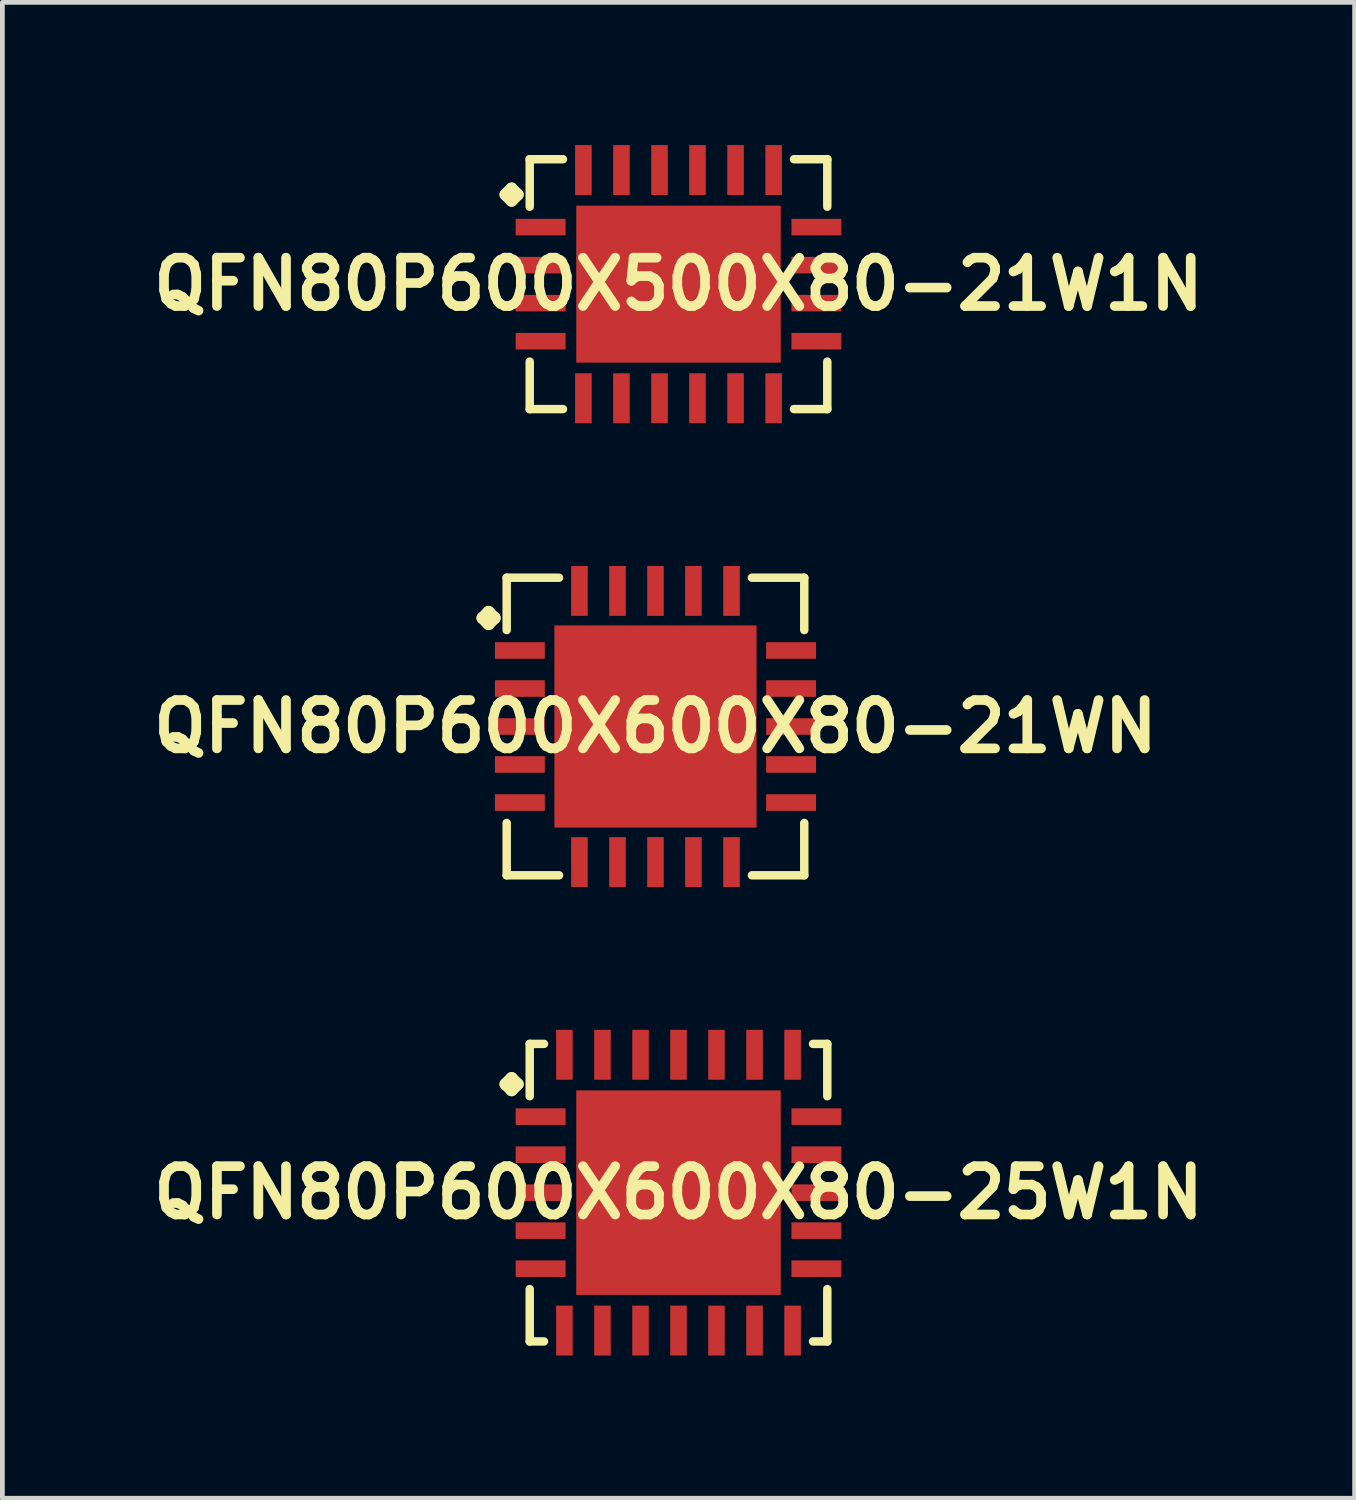
<source format=kicad_pcb>
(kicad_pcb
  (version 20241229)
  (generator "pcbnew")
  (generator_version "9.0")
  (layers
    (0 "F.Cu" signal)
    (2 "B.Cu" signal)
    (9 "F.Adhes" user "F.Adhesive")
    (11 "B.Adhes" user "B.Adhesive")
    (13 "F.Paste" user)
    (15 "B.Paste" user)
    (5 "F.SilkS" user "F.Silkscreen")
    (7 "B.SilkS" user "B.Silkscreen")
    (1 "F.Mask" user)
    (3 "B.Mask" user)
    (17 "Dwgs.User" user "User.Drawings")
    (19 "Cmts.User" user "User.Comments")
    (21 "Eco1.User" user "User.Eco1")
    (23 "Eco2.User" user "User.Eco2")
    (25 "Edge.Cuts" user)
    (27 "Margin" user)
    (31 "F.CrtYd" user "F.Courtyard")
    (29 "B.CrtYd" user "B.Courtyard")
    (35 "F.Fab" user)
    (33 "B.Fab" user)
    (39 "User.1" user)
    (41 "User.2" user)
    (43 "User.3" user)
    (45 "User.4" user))
  (footprint "QFN80P600X600X80-21WN"
    (layer "F.Cu")
    (at 10.726 12.219)
    (property "Reference" "QFN80P600X600X80-21WN" (at 0 0 0) (layer "F.SilkS") (effects (font (size 1.016 1.016) (thickness 0.203))))
    (attr smd)
    (fp_line (start -3.635 -2.281) (end -3.508 -2.408) (stroke (width 0.254) (type solid)) (layer "F.SilkS"))
    (fp_line (start -3.508 -2.408) (end -3.381 -2.281) (stroke (width 0.254) (type solid)) (layer "F.SilkS"))
    (fp_line (start -3.508 -2.154) (end -3.635 -2.281) (stroke (width 0.254) (type solid)) (layer "F.SilkS"))
    (fp_line (start -3.381 -2.281) (end -3.508 -2.154) (stroke (width 0.254) (type solid)) (layer "F.SilkS"))
    (fp_line (start -3.127 -3.127) (end -2.027 -3.127) (stroke (width 0.178) (type solid)) (layer "F.SilkS"))
    (fp_line (start -3.127 -2.027) (end -3.127 -3.127) (stroke (width 0.178) (type solid)) (layer "F.SilkS"))
    (fp_line (start -3.127 2.027) (end -3.127 3.127) (stroke (width 0.178) (type solid)) (layer "F.SilkS"))
    (fp_line (start -3.127 3.127) (end -2.027 3.127) (stroke (width 0.178) (type solid)) (layer "F.SilkS"))
    (fp_line (start 2.027 -3.127) (end 3.127 -3.127) (stroke (width 0.178) (type solid)) (layer "F.SilkS"))
    (fp_line (start 2.027 3.127) (end 3.127 3.127) (stroke (width 0.178) (type solid)) (layer "F.SilkS"))
    (fp_line (start 3.127 -3.127) (end 3.127 -2.027) (stroke (width 0.178) (type solid)) (layer "F.SilkS"))
    (fp_line (start 3.127 3.127) (end 3.127 2.027) (stroke (width 0.178) (type solid)) (layer "F.SilkS"))
    (pad "1" smd rect (at -2.85 -1.598) (size 1.049 0.348) (layers "F.Cu" "F.Mask" "F.Paste"))
    (pad "2" smd rect (at -2.85 -0.798) (size 1.049 0.348) (layers "F.Cu" "F.Mask" "F.Paste"))
    (pad "3" smd rect (at -2.85 0) (size 1.049 0.348) (layers "F.Cu" "F.Mask" "F.Paste"))
    (pad "4" smd rect (at -2.85 0.798) (size 1.049 0.348) (layers "F.Cu" "F.Mask" "F.Paste"))
    (pad "5" smd rect (at -2.85 1.598) (size 1.049 0.348) (layers "F.Cu" "F.Mask" "F.Paste"))
    (pad "6" smd rect (at -1.598 2.85) (size 0.348 1.049) (layers "F.Cu" "F.Mask" "F.Paste"))
    (pad "7" smd rect (at -0.798 2.85) (size 0.348 1.049) (layers "F.Cu" "F.Mask" "F.Paste"))
    (pad "8" smd rect (at 0 2.85) (size 0.348 1.049) (layers "F.Cu" "F.Mask" "F.Paste"))
    (pad "9" smd rect (at 0.798 2.85) (size 0.348 1.049) (layers "F.Cu" "F.Mask" "F.Paste"))
    (pad "10" smd rect (at 1.598 2.85) (size 0.348 1.049) (layers "F.Cu" "F.Mask" "F.Paste"))
    (pad "11" smd rect (at 2.85 1.598) (size 1.049 0.348) (layers "F.Cu" "F.Mask" "F.Paste"))
    (pad "12" smd rect (at 2.85 0.798) (size 1.049 0.348) (layers "F.Cu" "F.Mask" "F.Paste"))
    (pad "13" smd rect (at 2.85 0) (size 1.049 0.348) (layers "F.Cu" "F.Mask" "F.Paste"))
    (pad "14" smd rect (at 2.85 -0.798) (size 1.049 0.348) (layers "F.Cu" "F.Mask" "F.Paste"))
    (pad "15" smd rect (at 2.85 -1.598) (size 1.049 0.348) (layers "F.Cu" "F.Mask" "F.Paste"))
    (pad "16" smd rect (at 1.598 -2.85) (size 0.348 1.049) (layers "F.Cu" "F.Mask" "F.Paste"))
    (pad "17" smd rect (at 0.798 -2.85) (size 0.348 1.049) (layers "F.Cu" "F.Mask" "F.Paste"))
    (pad "18" smd rect (at 0 -2.85) (size 0.348 1.049) (layers "F.Cu" "F.Mask" "F.Paste"))
    (pad "19" smd rect (at -0.798 -2.85) (size 0.348 1.049) (layers "F.Cu" "F.Mask" "F.Paste"))
    (pad "20" smd rect (at -1.598 -2.85) (size 0.348 1.049) (layers "F.Cu" "F.Mask" "F.Paste"))
    (pad "21" smd rect (at 0 0) (size 4.249 4.249) (layers "F.Cu" "F.Mask" "F.Paste")))
  (footprint "QFN80P600X600X80-25W1N"
    (layer "F.Cu")
    (at 11.21 22.016)
    (property "Reference" "QFN80P600X600X80-25W1N" (at 0 0 0) (layer "F.SilkS") (effects (font (size 1.016 1.016) (thickness 0.203))))
    (attr smd)
    (fp_line (start -3.635 -2.281) (end -3.508 -2.408) (stroke (width 0.254) (type solid)) (layer "F.SilkS"))
    (fp_line (start -3.508 -2.408) (end -3.381 -2.281) (stroke (width 0.254) (type solid)) (layer "F.SilkS"))
    (fp_line (start -3.508 -2.154) (end -3.635 -2.281) (stroke (width 0.254) (type solid)) (layer "F.SilkS"))
    (fp_line (start -3.381 -2.281) (end -3.508 -2.154) (stroke (width 0.254) (type solid)) (layer "F.SilkS"))
    (fp_line (start -3.127 -3.127) (end -2.827 -3.127) (stroke (width 0.178) (type solid)) (layer "F.SilkS"))
    (fp_line (start -3.127 -2.027) (end -3.127 -3.127) (stroke (width 0.178) (type solid)) (layer "F.SilkS"))
    (fp_line (start -3.127 2.027) (end -3.127 3.127) (stroke (width 0.178) (type solid)) (layer "F.SilkS"))
    (fp_line (start -3.127 3.127) (end -2.827 3.127) (stroke (width 0.178) (type solid)) (layer "F.SilkS"))
    (fp_line (start 2.827 -3.127) (end 3.127 -3.127) (stroke (width 0.178) (type solid)) (layer "F.SilkS"))
    (fp_line (start 2.827 3.127) (end 3.127 3.127) (stroke (width 0.178) (type solid)) (layer "F.SilkS"))
    (fp_line (start 3.127 -3.127) (end 3.127 -2.027) (stroke (width 0.178) (type solid)) (layer "F.SilkS"))
    (fp_line (start 3.127 3.127) (end 3.127 2.027) (stroke (width 0.178) (type solid)) (layer "F.SilkS"))
    (pad "1" smd rect (at -2.898 -1.598) (size 1.049 0.348) (layers "F.Cu" "F.Mask" "F.Paste"))
    (pad "2" smd rect (at -2.898 -0.798) (size 1.049 0.348) (layers "F.Cu" "F.Mask" "F.Paste"))
    (pad "3" smd rect (at -2.898 0) (size 1.049 0.348) (layers "F.Cu" "F.Mask" "F.Paste"))
    (pad "4" smd rect (at -2.898 0.798) (size 1.049 0.348) (layers "F.Cu" "F.Mask" "F.Paste"))
    (pad "5" smd rect (at -2.898 1.598) (size 1.049 0.348) (layers "F.Cu" "F.Mask" "F.Paste"))
    (pad "6" smd rect (at -2.398 2.898) (size 0.348 1.049) (layers "F.Cu" "F.Mask" "F.Paste"))
    (pad "7" smd rect (at -1.598 2.898) (size 0.348 1.049) (layers "F.Cu" "F.Mask" "F.Paste"))
    (pad "8" smd rect (at -0.798 2.898) (size 0.348 1.049) (layers "F.Cu" "F.Mask" "F.Paste"))
    (pad "9" smd rect (at 0 2.898) (size 0.348 1.049) (layers "F.Cu" "F.Mask" "F.Paste"))
    (pad "10" smd rect (at 0.798 2.898) (size 0.348 1.049) (layers "F.Cu" "F.Mask" "F.Paste"))
    (pad "11" smd rect (at 1.598 2.898) (size 0.348 1.049) (layers "F.Cu" "F.Mask" "F.Paste"))
    (pad "12" smd rect (at 2.398 2.898) (size 0.348 1.049) (layers "F.Cu" "F.Mask" "F.Paste"))
    (pad "13" smd rect (at 2.898 1.598) (size 1.049 0.348) (layers "F.Cu" "F.Mask" "F.Paste"))
    (pad "14" smd rect (at 2.898 0.798) (size 1.049 0.348) (layers "F.Cu" "F.Mask" "F.Paste"))
    (pad "15" smd rect (at 2.898 0) (size 1.049 0.348) (layers "F.Cu" "F.Mask" "F.Paste"))
    (pad "16" smd rect (at 2.898 -0.798) (size 1.049 0.348) (layers "F.Cu" "F.Mask" "F.Paste"))
    (pad "17" smd rect (at 2.898 -1.598) (size 1.049 0.348) (layers "F.Cu" "F.Mask" "F.Paste"))
    (pad "18" smd rect (at 2.398 -2.898) (size 0.348 1.049) (layers "F.Cu" "F.Mask" "F.Paste"))
    (pad "19" smd rect (at 1.598 -2.898) (size 0.348 1.049) (layers "F.Cu" "F.Mask" "F.Paste"))
    (pad "20" smd rect (at 0.798 -2.898) (size 0.348 1.049) (layers "F.Cu" "F.Mask" "F.Paste"))
    (pad "21" smd rect (at 0 -2.898) (size 0.348 1.049) (layers "F.Cu" "F.Mask" "F.Paste"))
    (pad "22" smd rect (at -0.798 -2.898) (size 0.348 1.049) (layers "F.Cu" "F.Mask" "F.Paste"))
    (pad "23" smd rect (at -1.598 -2.898) (size 0.348 1.049) (layers "F.Cu" "F.Mask" "F.Paste"))
    (pad "24" smd rect (at -2.398 -2.898) (size 0.348 1.049) (layers "F.Cu" "F.Mask" "F.Paste"))
    (pad "25" smd rect (at 0 0) (size 4.298 4.298) (layers "F.Cu" "F.Mask" "F.Paste")))
  (footprint "QFN80P600X500X80-21W1N"
    (layer "F.Cu")
    (at 11.21 2.922)
    (property "Reference" "QFN80P600X500X80-21W1N" (at 0 0 0) (layer "F.SilkS") (effects (font (size 1.016 1.016) (thickness 0.203))))
    (attr smd)
    (fp_line (start -3.635 -1.882) (end -3.508 -2.009) (stroke (width 0.254) (type solid)) (layer "F.SilkS"))
    (fp_line (start -3.508 -2.009) (end -3.381 -1.882) (stroke (width 0.254) (type solid)) (layer "F.SilkS"))
    (fp_line (start -3.508 -1.755) (end -3.635 -1.882) (stroke (width 0.254) (type solid)) (layer "F.SilkS"))
    (fp_line (start -3.381 -1.882) (end -3.508 -1.755) (stroke (width 0.254) (type solid)) (layer "F.SilkS"))
    (fp_line (start -3.127 -2.626) (end -2.428 -2.626) (stroke (width 0.178) (type solid)) (layer "F.SilkS"))
    (fp_line (start -3.127 -1.628) (end -3.127 -2.626) (stroke (width 0.178) (type solid)) (layer "F.SilkS"))
    (fp_line (start -3.127 1.628) (end -3.127 2.626) (stroke (width 0.178) (type solid)) (layer "F.SilkS"))
    (fp_line (start -3.127 2.626) (end -2.428 2.626) (stroke (width 0.178) (type solid)) (layer "F.SilkS"))
    (fp_line (start 2.428 -2.626) (end 3.127 -2.626) (stroke (width 0.178) (type solid)) (layer "F.SilkS"))
    (fp_line (start 2.428 2.626) (end 3.127 2.626) (stroke (width 0.178) (type solid)) (layer "F.SilkS"))
    (fp_line (start 3.127 -2.626) (end 3.127 -1.628) (stroke (width 0.178) (type solid)) (layer "F.SilkS"))
    (fp_line (start 3.127 2.626) (end 3.127 1.628) (stroke (width 0.178) (type solid)) (layer "F.SilkS"))
    (pad "1" smd rect (at -2.898 -1.199) (size 1.049 0.348) (layers "F.Cu" "F.Mask" "F.Paste"))
    (pad "2" smd rect (at -2.898 -0.399) (size 1.049 0.348) (layers "F.Cu" "F.Mask" "F.Paste"))
    (pad "3" smd rect (at -2.898 0.399) (size 1.049 0.348) (layers "F.Cu" "F.Mask" "F.Paste"))
    (pad "4" smd rect (at -2.898 1.199) (size 1.049 0.348) (layers "F.Cu" "F.Mask" "F.Paste"))
    (pad "5" smd rect (at -1.999 2.398) (size 0.348 1.049) (layers "F.Cu" "F.Mask" "F.Paste"))
    (pad "6" smd rect (at -1.199 2.398) (size 0.348 1.049) (layers "F.Cu" "F.Mask" "F.Paste"))
    (pad "7" smd rect (at -0.399 2.398) (size 0.348 1.049) (layers "F.Cu" "F.Mask" "F.Paste"))
    (pad "8" smd rect (at 0.399 2.398) (size 0.348 1.049) (layers "F.Cu" "F.Mask" "F.Paste"))
    (pad "9" smd rect (at 1.199 2.398) (size 0.348 1.049) (layers "F.Cu" "F.Mask" "F.Paste"))
    (pad "10" smd rect (at 1.999 2.398) (size 0.348 1.049) (layers "F.Cu" "F.Mask" "F.Paste"))
    (pad "11" smd rect (at 2.898 1.199) (size 1.049 0.348) (layers "F.Cu" "F.Mask" "F.Paste"))
    (pad "12" smd rect (at 2.898 0.399) (size 1.049 0.348) (layers "F.Cu" "F.Mask" "F.Paste"))
    (pad "13" smd rect (at 2.898 -0.399) (size 1.049 0.348) (layers "F.Cu" "F.Mask" "F.Paste"))
    (pad "14" smd rect (at 2.898 -1.199) (size 1.049 0.348) (layers "F.Cu" "F.Mask" "F.Paste"))
    (pad "15" smd rect (at 1.999 -2.398) (size 0.348 1.049) (layers "F.Cu" "F.Mask" "F.Paste"))
    (pad "16" smd rect (at 1.199 -2.398) (size 0.348 1.049) (layers "F.Cu" "F.Mask" "F.Paste"))
    (pad "17" smd rect (at 0.399 -2.398) (size 0.348 1.049) (layers "F.Cu" "F.Mask" "F.Paste"))
    (pad "18" smd rect (at -0.399 -2.398) (size 0.348 1.049) (layers "F.Cu" "F.Mask" "F.Paste"))
    (pad "19" smd rect (at -1.199 -2.398) (size 0.348 1.049) (layers "F.Cu" "F.Mask" "F.Paste"))
    (pad "20" smd rect (at -1.999 -2.398) (size 0.348 1.049) (layers "F.Cu" "F.Mask" "F.Paste"))
    (pad "21" smd rect (at 0 0) (size 4.298 3.299) (layers "F.Cu" "F.Mask" "F.Paste")))
  (gr_rect
    (start -3 -3)
    (end 25.42 28.439)
    (stroke (width 0.1) (type default))
    (fill no)
    (layer "Edge.Cuts")))
</source>
